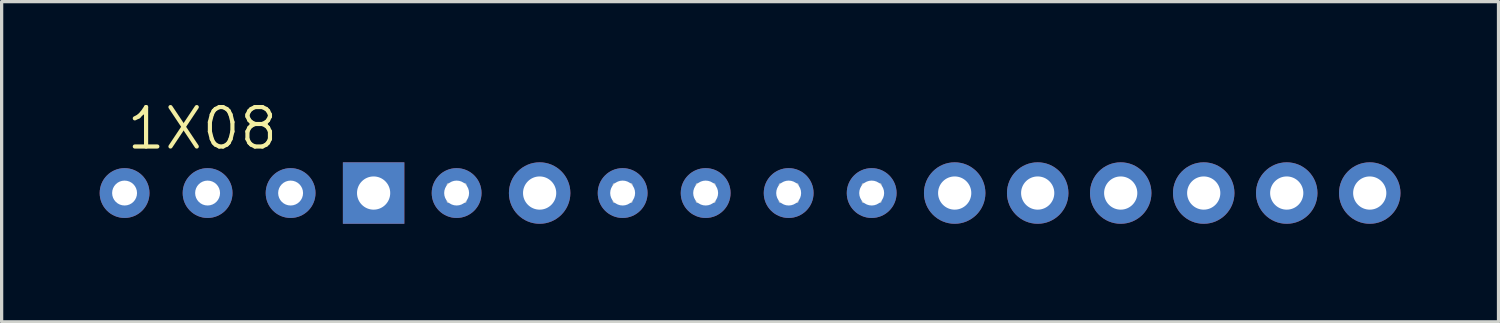
<source format=kicad_pcb>
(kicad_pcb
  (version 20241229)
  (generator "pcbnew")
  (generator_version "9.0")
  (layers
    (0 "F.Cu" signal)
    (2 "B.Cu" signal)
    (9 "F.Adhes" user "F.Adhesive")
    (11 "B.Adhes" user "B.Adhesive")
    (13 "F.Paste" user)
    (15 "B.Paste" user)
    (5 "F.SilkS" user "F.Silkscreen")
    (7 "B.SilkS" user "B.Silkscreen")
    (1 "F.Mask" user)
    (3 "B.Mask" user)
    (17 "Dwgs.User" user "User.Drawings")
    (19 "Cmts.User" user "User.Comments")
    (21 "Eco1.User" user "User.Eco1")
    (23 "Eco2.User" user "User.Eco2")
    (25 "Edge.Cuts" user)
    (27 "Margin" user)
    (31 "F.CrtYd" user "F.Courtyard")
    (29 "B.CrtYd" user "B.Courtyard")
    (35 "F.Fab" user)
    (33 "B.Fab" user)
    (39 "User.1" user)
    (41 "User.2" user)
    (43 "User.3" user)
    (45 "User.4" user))
  (footprint "1X08"
    (layer "F.Cu")
    (at 0.762 2.857)
    (property "Reference" "1X08" (at 0 -1.27 0) (layer "F.SilkS") (effects (font (size 1.206 1.206) (thickness 0.127)) (justify left bottom)))
    (attr through_hole)
    (fp_poly (pts (xy 7.366 0.254) (xy 7.874 0.254) (xy 7.874 -0.254) (xy 7.366 -0.254)) (stroke (width 0.1) (type solid)) (fill no) (layer "Dwgs.User"))
    (fp_poly (pts (xy 9.906 0.254) (xy 10.414 0.254) (xy 10.414 -0.254) (xy 9.906 -0.254)) (stroke (width 0.1) (type solid)) (fill no) (layer "Dwgs.User"))
    (fp_poly (pts (xy 12.446 0.254) (xy 12.954 0.254) (xy 12.954 -0.254) (xy 12.446 -0.254)) (stroke (width 0.1) (type solid)) (fill no) (layer "Dwgs.User"))
    (fp_poly (pts (xy 14.986 0.254) (xy 15.494 0.254) (xy 15.494 -0.254) (xy 14.986 -0.254)) (stroke (width 0.1) (type solid)) (fill no) (layer "Dwgs.User"))
    (fp_poly (pts (xy 17.526 0.254) (xy 18.034 0.254) (xy 18.034 -0.254) (xy 17.526 -0.254)) (stroke (width 0.1) (type solid)) (fill no) (layer "Dwgs.User"))
    (fp_poly (pts (xy 20.066 0.254) (xy 20.574 0.254) (xy 20.574 -0.254) (xy 20.066 -0.254)) (stroke (width 0.1) (type solid)) (fill no) (layer "Dwgs.User"))
    (fp_poly (pts (xy 22.606 0.254) (xy 23.114 0.254) (xy 23.114 -0.254) (xy 22.606 -0.254)) (stroke (width 0.1) (type solid)) (fill no) (layer "Dwgs.User"))
    (fp_poly (pts (xy 25.146 0.254) (xy 25.654 0.254) (xy 25.654 -0.254) (xy 25.146 -0.254)) (stroke (width 0.1) (type solid)) (fill no) (layer "Dwgs.User"))
    (pad "1" thru_hole rect (at 7.62 0 90) (size 1.88 1.88) (drill 1.016) (layers "*.Cu" "*.Mask"))
    (pad "2" thru_hole circle (at 12.7 0 90) (size 1.88 1.88) (drill 1.016) (layers "*.Cu" "*.Mask"))
    (pad "3" thru_hole circle (at 25.4 0 90) (size 1.88 1.88) (drill 1.016) (layers "*.Cu" "*.Mask"))
    (pad "4" thru_hole circle (at 27.94 0 90) (size 1.88 1.88) (drill 1.016) (layers "*.Cu" "*.Mask"))
    (pad "5" thru_hole circle (at 30.48 0 90) (size 1.88 1.88) (drill 1.016) (layers "*.Cu" "*.Mask"))
    (pad "6" thru_hole circle (at 33.02 0 90) (size 1.88 1.88) (drill 1.016) (layers "*.Cu" "*.Mask"))
    (pad "7" thru_hole circle (at 35.56 0 90) (size 1.88 1.88) (drill 1.016) (layers "*.Cu" "*.Mask"))
    (pad "8" thru_hole circle (at 38.1 0 90) (size 1.88 1.88) (drill 1.016) (layers "*.Cu" "*.Mask"))
    (pad "9" thru_hole circle (at 0 0) (size 1.524 1.524) (drill 0.762) (layers "*.Cu" "*.Mask"))
    (pad "10" thru_hole circle (at 2.54 0) (size 1.524 1.524) (drill 0.762) (layers "*.Cu" "*.Mask"))
    (pad "11" thru_hole circle (at 5.08 0) (size 1.524 1.524) (drill 0.762) (layers "*.Cu" "*.Mask"))
    (pad "12" thru_hole circle (at 10.16 0) (size 1.524 1.524) (drill 0.762) (layers "*.Cu" "*.Mask"))
    (pad "13" thru_hole circle (at 15.24 0) (size 1.524 1.524) (drill 0.762) (layers "*.Cu" "*.Mask"))
    (pad "14" thru_hole circle (at 17.78 0) (size 1.524 1.524) (drill 0.762) (layers "*.Cu" "*.Mask"))
    (pad "15" thru_hole circle (at 20.32 0) (size 1.524 1.524) (drill 0.762) (layers "*.Cu" "*.Mask"))
    (pad "16" thru_hole circle (at 22.86 0) (size 1.524 1.524) (drill 0.762) (layers "*.Cu" "*.Mask")))
  (gr_rect
    (start -3 -3)
    (end 42.802 6.797)
    (stroke (width 0.1) (type default))
    (fill no)
    (layer "Edge.Cuts")))
</source>
